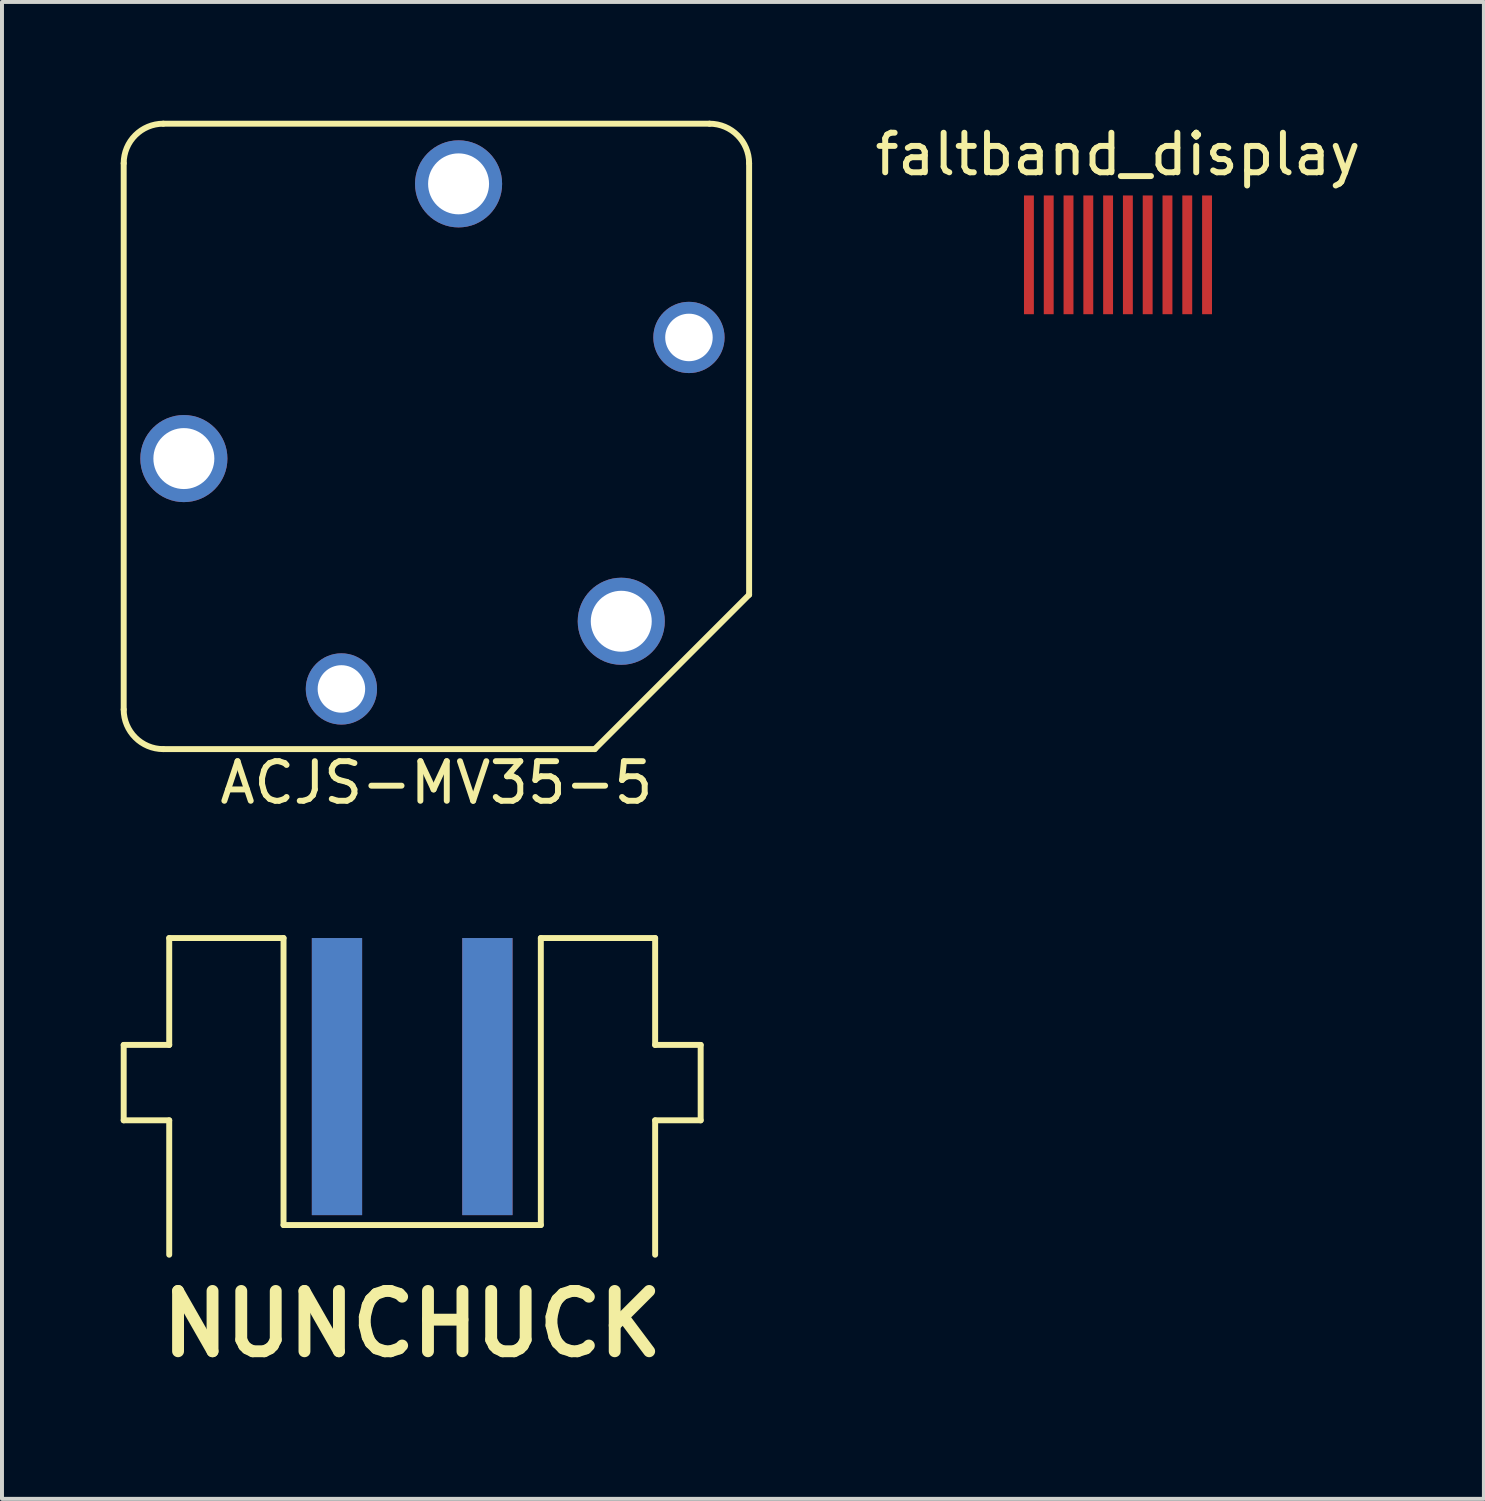
<source format=kicad_pcb>
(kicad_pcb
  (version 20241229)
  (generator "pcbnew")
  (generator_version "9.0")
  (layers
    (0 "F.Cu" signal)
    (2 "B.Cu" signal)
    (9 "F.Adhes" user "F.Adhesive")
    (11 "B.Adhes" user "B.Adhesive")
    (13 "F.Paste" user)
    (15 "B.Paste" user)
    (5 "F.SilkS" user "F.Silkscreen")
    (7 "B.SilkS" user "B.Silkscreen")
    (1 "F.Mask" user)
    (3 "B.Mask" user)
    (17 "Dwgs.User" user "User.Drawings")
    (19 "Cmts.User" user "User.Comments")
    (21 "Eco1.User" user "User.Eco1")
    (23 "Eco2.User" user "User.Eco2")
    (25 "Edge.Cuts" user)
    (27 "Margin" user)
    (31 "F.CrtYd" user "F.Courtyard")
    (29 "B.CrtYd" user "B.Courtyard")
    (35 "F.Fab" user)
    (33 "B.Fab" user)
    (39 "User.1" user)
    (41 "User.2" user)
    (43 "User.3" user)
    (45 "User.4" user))
  (footprint "faltband_display"
    (layer "F.Cu")
    (at 25.194 3.388)
    (property "Reference" "faltband_display" (at 0 -2.54 0) (layer "F.SilkS") (effects (font (size 1 1) (thickness 0.15))))
    (attr through_hole)
    (pad "1" smd rect (at -2.25 0) (size 0.25 3) (layers "F.Cu" "F.Mask" "F.Paste"))
    (pad "2" smd rect (at -1.75 0) (size 0.25 3) (layers "F.Cu" "F.Mask" "F.Paste"))
    (pad "3" smd rect (at -1.25 0) (size 0.25 3) (layers "F.Cu" "F.Mask" "F.Paste"))
    (pad "4" smd rect (at -0.75 0) (size 0.25 3) (layers "F.Cu" "F.Mask" "F.Paste"))
    (pad "5" smd rect (at -0.25 0) (size 0.25 3) (layers "F.Cu" "F.Mask" "F.Paste"))
    (pad "6" smd rect (at 0.25 0) (size 0.25 3) (layers "F.Cu" "F.Mask" "F.Paste"))
    (pad "7" smd rect (at 0.75 0) (size 0.25 3) (layers "F.Cu" "F.Mask" "F.Paste"))
    (pad "8" smd rect (at 1.25 0) (size 0.25 3) (layers "F.Cu" "F.Mask" "F.Paste"))
    (pad "9" smd rect (at 1.75 0) (size 0.25 3) (layers "F.Cu" "F.Mask" "F.Paste"))
    (pad "10" smd rect (at 2.25 0) (size 0.25 3) (layers "F.Cu" "F.Mask" "F.Paste")))
  (footprint "NUNCHUCK"
    (layer "F.Cu")
    (at 7.363 24.648)
    (property "Reference" "NUNCHUCK" (at 0 5.75 0) (layer "F.SilkS") (effects (font (size 1.524 1.524) (thickness 0.3))))
    (attr through_hole)
    (fp_line (start -7.288 -1.3) (end -7.288 0.605) (stroke (width 0.15) (type solid)) (layer "F.SilkS"))
    (fp_line (start -6.138 -4) (end -6.138 -1.3) (stroke (width 0.15) (type solid)) (layer "F.SilkS"))
    (fp_line (start -6.138 -1.3) (end -7.288 -1.3) (stroke (width 0.15) (type solid)) (layer "F.SilkS"))
    (fp_line (start -6.138 0.605) (end -7.288 0.605) (stroke (width 0.15) (type solid)) (layer "F.SilkS"))
    (fp_line (start -6.138 0.605) (end -6.138 4) (stroke (width 0.15) (type solid)) (layer "F.SilkS"))
    (fp_line (start -3.25 -4) (end -6.138 -4) (stroke (width 0.15) (type solid)) (layer "F.SilkS"))
    (fp_line (start -3.25 3.25) (end -3.25 -4) (stroke (width 0.15) (type solid)) (layer "F.SilkS"))
    (fp_line (start 3.25 -4) (end 3.25 3.25) (stroke (width 0.15) (type solid)) (layer "F.SilkS"))
    (fp_line (start 3.25 -4) (end 6.138 -4) (stroke (width 0.15) (type solid)) (layer "F.SilkS"))
    (fp_line (start 3.25 3.25) (end -3.25 3.25) (stroke (width 0.15) (type solid)) (layer "F.SilkS"))
    (fp_line (start 6.138 -4) (end 6.138 -1.3) (stroke (width 0.15) (type solid)) (layer "F.SilkS"))
    (fp_line (start 6.138 -1.3) (end 7.288 -1.3) (stroke (width 0.15) (type solid)) (layer "F.SilkS"))
    (fp_line (start 6.138 0.605) (end 6.138 4) (stroke (width 0.15) (type solid)) (layer "F.SilkS"))
    (fp_line (start 6.138 0.605) (end 7.288 0.605) (stroke (width 0.15) (type solid)) (layer "F.SilkS"))
    (fp_line (start 7.288 -1.3) (end 7.288 0.605) (stroke (width 0.15) (type solid)) (layer "F.SilkS"))
    (pad "1" smd rect (at -1.9 -0.5) (size 1.27 7) (layers "F.Cu" "F.Mask" "F.Paste"))
    (pad "2" smd rect (at 1.9 -0.5) (size 1.27 7) (layers "F.Cu" "F.Mask" "F.Paste"))
    (pad "3" smd rect (at 1.9 -0.5) (size 1.27 7) (layers "B.Cu" "B.Mask" "B.Paste"))
    (pad "4" smd rect (at -1.9 -0.5) (size 1.27 7) (layers "B.Cu" "B.Mask" "B.Paste")))
  (footprint "ACJS-MV35-5"
    (layer "F.Cu")
    (at 7.975 7.975)
    (property "Reference" "ACJS-MV35-5" (at 0 8.75 0) (layer "F.SilkS") (effects (font (size 1 1) (thickness 0.15))))
    (attr through_hole)
    (fp_line (start -7.9 -6.9) (end -7.9 6.9) (stroke (width 0.15) (type solid)) (layer "F.SilkS"))
    (fp_line (start -6.9 7.9) (end 4 7.9) (stroke (width 0.15) (type solid)) (layer "F.SilkS"))
    (fp_line (start 4 7.9) (end 7.9 4) (stroke (width 0.15) (type solid)) (layer "F.SilkS"))
    (fp_line (start 6.9 -7.9) (end -6.9 -7.9) (stroke (width 0.15) (type solid)) (layer "F.SilkS"))
    (fp_line (start 7.9 -6.9) (end 7.9 4) (stroke (width 0.15) (type solid)) (layer "F.SilkS"))
    (fp_arc (start -7.9 -6.9) (mid -7.607107 -7.607107) (end -6.9 -7.9) (stroke (width 0.15) (type solid)) (layer "F.SilkS"))
    (fp_arc (start -6.9 7.9) (mid -7.607107 7.607107) (end -7.9 6.9) (stroke (width 0.15) (type solid)) (layer "F.SilkS"))
    (fp_arc (start 6.9 -7.9) (mid 7.607107 -7.607107) (end 7.9 -6.9) (stroke (width 0.15) (type solid)) (layer "F.SilkS"))
    (pad "1" thru_hole circle (at 4.67 4.67) (size 2.2 2.2) (drill 1.54) (layers "*.Cu" "*.Mask"))
    (pad "2" thru_hole circle (at -2.4 6.38) (size 1.8 1.8) (drill 1.2) (layers "*.Cu" "*.Mask"))
    (pad "3" thru_hole circle (at -6.38 0.56) (size 2.2 2.2) (drill 1.54) (layers "*.Cu" "*.Mask"))
    (pad "4" thru_hole circle (at 0.56 -6.38) (size 2.2 2.2) (drill 1.54) (layers "*.Cu" "*.Mask"))
    (pad "5" thru_hole circle (at 6.38 -2.5) (size 1.8 1.8) (drill 1.2) (layers "*.Cu" "*.Mask")))
  (gr_rect
    (start -3 -3)
    (end 34.438 34.816)
    (stroke (width 0.1) (type default))
    (fill no)
    (layer "Edge.Cuts")))
</source>
